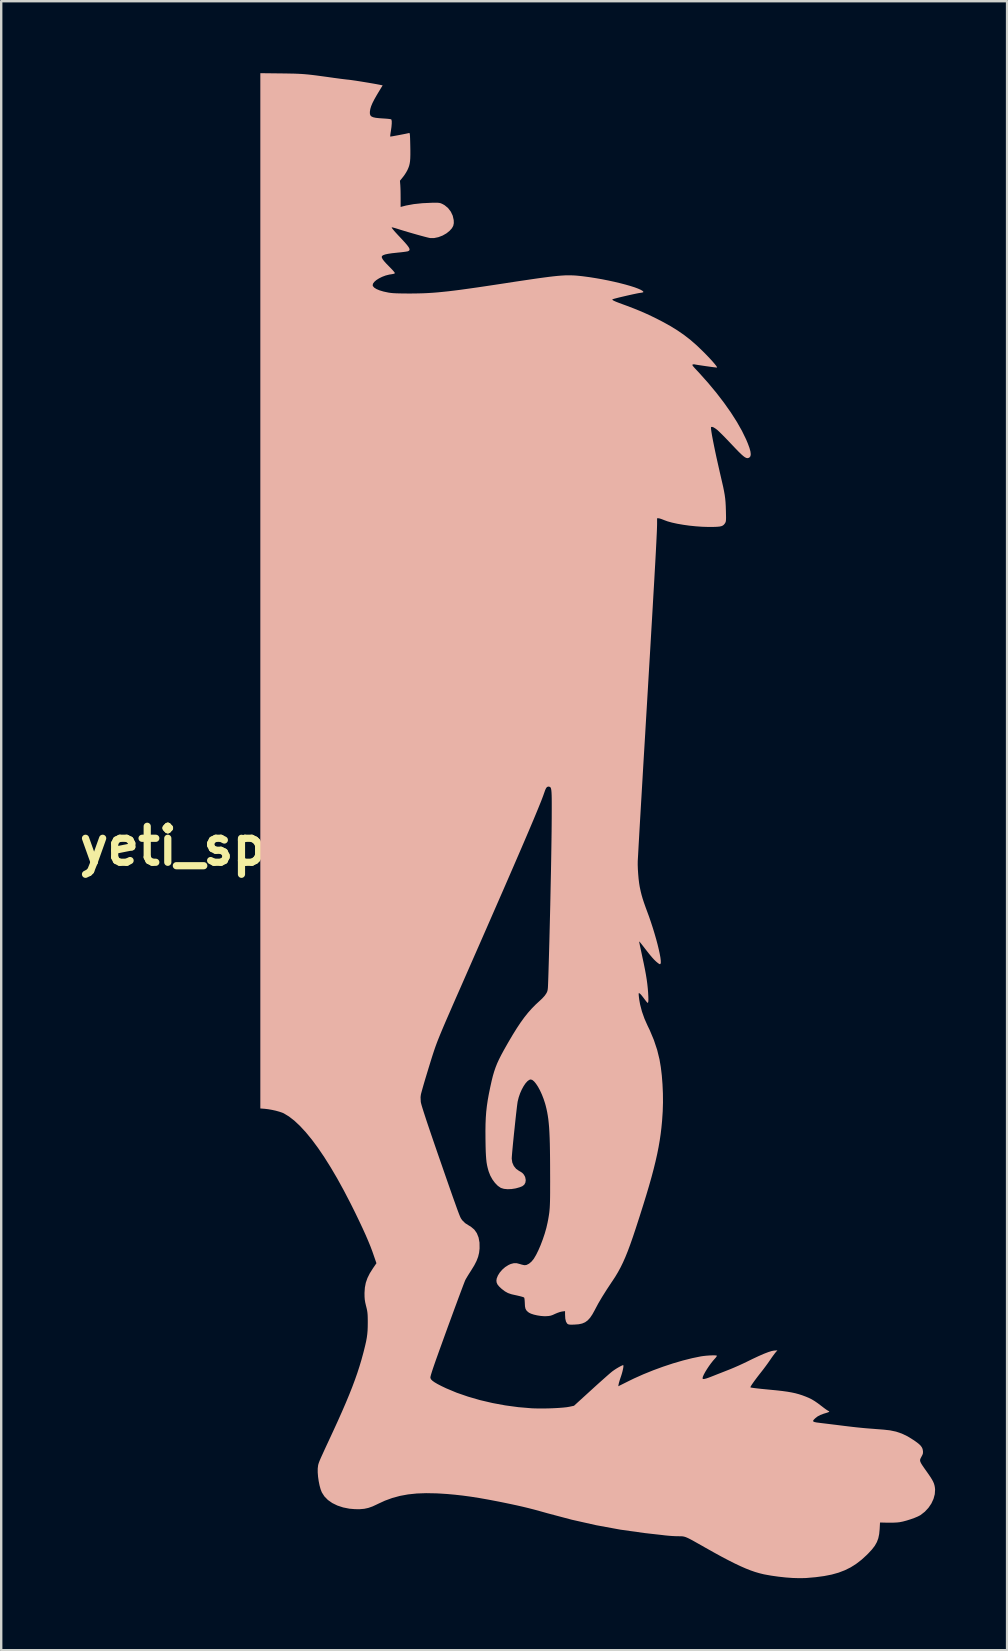
<source format=kicad_pcb>
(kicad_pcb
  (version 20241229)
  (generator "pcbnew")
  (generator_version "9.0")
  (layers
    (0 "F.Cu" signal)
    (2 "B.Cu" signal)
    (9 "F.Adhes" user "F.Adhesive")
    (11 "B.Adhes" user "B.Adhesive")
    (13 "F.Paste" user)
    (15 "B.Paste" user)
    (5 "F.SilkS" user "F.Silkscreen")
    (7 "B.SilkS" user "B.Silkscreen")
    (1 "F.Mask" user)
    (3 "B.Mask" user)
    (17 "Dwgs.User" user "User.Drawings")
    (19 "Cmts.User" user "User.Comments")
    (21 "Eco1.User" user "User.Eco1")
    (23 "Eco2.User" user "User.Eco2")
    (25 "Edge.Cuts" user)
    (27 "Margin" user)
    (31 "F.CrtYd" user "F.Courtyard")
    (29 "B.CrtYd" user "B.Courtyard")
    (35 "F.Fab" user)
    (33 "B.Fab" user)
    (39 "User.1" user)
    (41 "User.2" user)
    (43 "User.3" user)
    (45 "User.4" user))
  (footprint "yeti_split_left"
    (layer "F.Cu")
    (at 7.8 32.21)
    (property "Reference" "yeti_split_left" (at 0 0 0) (layer "F.SilkS") (effects (font (size 1.5 1.5) (thickness 0.3))))
    (attr board_only exclude_from_pos_files exclude_from_bom)
    (fp_poly (pts (xy 0 -10.636) (xy 0 10.939) (xy 0.193 10.954) (xy 0.333 10.971) (xy 0.489 10.998) (xy 0.647 11.033) (xy 0.793 11.074) (xy 0.915 11.115) (xy 0.977 11.142) (xy 1.193 11.273) (xy 1.419 11.448) (xy 1.653 11.668) (xy 1.895 11.93) (xy 2.145 12.234) (xy 2.401 12.579) (xy 2.663 12.964) (xy 2.93 13.389) (xy 3.202 13.851) (xy 3.477 14.351) (xy 3.756 14.887) (xy 3.954 15.284) (xy 4.119 15.627) (xy 4.263 15.933) (xy 4.388 16.208) (xy 4.495 16.457) (xy 4.588 16.683) (xy 4.667 16.892) (xy 4.71 17.015) (xy 4.839 17.389) (xy 4.698 17.595) (xy 4.563 17.808) (xy 4.464 18.007) (xy 4.396 18.202) (xy 4.357 18.404) (xy 4.342 18.624) (xy 4.342 18.652) (xy 4.344 18.789) (xy 4.353 18.906) (xy 4.372 19.023) (xy 4.404 19.162) (xy 4.409 19.179) (xy 4.434 19.281) (xy 4.452 19.367) (xy 4.464 19.449) (xy 4.472 19.538) (xy 4.476 19.645) (xy 4.478 19.782) (xy 4.478 19.869) (xy 4.476 20.043) (xy 4.47 20.199) (xy 4.457 20.346) (xy 4.437 20.494) (xy 4.408 20.652) (xy 4.367 20.831) (xy 4.315 21.041) (xy 4.289 21.141) (xy 4.214 21.415) (xy 4.132 21.688) (xy 4.042 21.966) (xy 3.941 22.253) (xy 3.829 22.553) (xy 3.703 22.87) (xy 3.562 23.209) (xy 3.404 23.574) (xy 3.228 23.969) (xy 3.031 24.399) (xy 2.941 24.593) (xy 2.828 24.836) (xy 2.733 25.04) (xy 2.655 25.21) (xy 2.591 25.35) (xy 2.54 25.462) (xy 2.5 25.552) (xy 2.47 25.624) (xy 2.448 25.68) (xy 2.432 25.726) (xy 2.42 25.764) (xy 2.411 25.8) (xy 2.407 25.822) (xy 2.392 25.949) (xy 2.392 26.108) (xy 2.406 26.285) (xy 2.432 26.47) (xy 2.468 26.648) (xy 2.512 26.809) (xy 2.563 26.939) (xy 2.564 26.941) (xy 2.671 27.108) (xy 2.817 27.257) (xy 2.998 27.384) (xy 3.211 27.488) (xy 3.45 27.567) (xy 3.711 27.619) (xy 3.942 27.639) (xy 4.15 27.64) (xy 4.332 27.624) (xy 4.502 27.587) (xy 4.675 27.526) (xy 4.867 27.437) (xy 4.888 27.426) (xy 5.191 27.286) (xy 5.5 27.173) (xy 5.82 27.086) (xy 6.158 27.024) (xy 6.519 26.986) (xy 6.908 26.972) (xy 7.333 26.98) (xy 7.456 26.986) (xy 7.781 27.007) (xy 8.104 27.036) (xy 8.433 27.073) (xy 8.774 27.119) (xy 9.135 27.176) (xy 9.523 27.245) (xy 9.946 27.326) (xy 10.147 27.367) (xy 10.441 27.428) (xy 10.701 27.484) (xy 10.938 27.538) (xy 11.166 27.593) (xy 11.397 27.652) (xy 11.642 27.719) (xy 11.914 27.795) (xy 11.952 27.806) (xy 12.981 28.079) (xy 13.999 28.308) (xy 15.006 28.493) (xy 16.003 28.633) (xy 16.255 28.662) (xy 16.409 28.679) (xy 16.576 28.698) (xy 16.738 28.716) (xy 16.874 28.733) (xy 16.875 28.733) (xy 17.019 28.747) (xy 17.18 28.759) (xy 17.333 28.766) (xy 17.413 28.767) (xy 17.486 28.768) (xy 17.548 28.769) (xy 17.604 28.773) (xy 17.659 28.783) (xy 17.717 28.8) (xy 17.783 28.826) (xy 17.863 28.863) (xy 17.961 28.914) (xy 18.083 28.981) (xy 18.232 29.065) (xy 18.415 29.168) (xy 18.535 29.237) (xy 18.892 29.437) (xy 19.214 29.614) (xy 19.505 29.767) (xy 19.768 29.9) (xy 20.007 30.013) (xy 20.225 30.109) (xy 20.427 30.189) (xy 20.617 30.255) (xy 20.797 30.308) (xy 20.972 30.351) (xy 21.015 30.36) (xy 21.299 30.411) (xy 21.597 30.453) (xy 21.897 30.486) (xy 22.189 30.507) (xy 22.462 30.515) (xy 22.704 30.511) (xy 22.757 30.508) (xy 23.148 30.474) (xy 23.498 30.427) (xy 23.814 30.365) (xy 24.1 30.285) (xy 24.361 30.185) (xy 24.604 30.065) (xy 24.833 29.92) (xy 25.054 29.75) (xy 25.271 29.552) (xy 25.342 29.481) (xy 25.495 29.315) (xy 25.612 29.162) (xy 25.697 29.011) (xy 25.756 28.852) (xy 25.793 28.675) (xy 25.813 28.469) (xy 25.814 28.452) (xy 25.827 28.195) (xy 26.146 28.203) (xy 26.283 28.203) (xy 26.421 28.2) (xy 26.545 28.193) (xy 26.638 28.183) (xy 26.64 28.183) (xy 26.78 28.155) (xy 26.937 28.113) (xy 27.1 28.062) (xy 27.257 28.006) (xy 27.394 27.949) (xy 27.5 27.895) (xy 27.519 27.883) (xy 27.695 27.746) (xy 27.846 27.584) (xy 27.968 27.404) (xy 28.057 27.211) (xy 28.11 27.015) (xy 28.123 26.82) (xy 28.113 26.724) (xy 28.097 26.644) (xy 28.074 26.568) (xy 28.04 26.489) (xy 27.991 26.399) (xy 27.924 26.292) (xy 27.834 26.16) (xy 27.758 26.052) (xy 27.66 25.914) (xy 27.587 25.807) (xy 27.537 25.725) (xy 27.508 25.662) (xy 27.497 25.611) (xy 27.501 25.565) (xy 27.52 25.517) (xy 27.549 25.462) (xy 27.552 25.457) (xy 27.595 25.376) (xy 27.616 25.313) (xy 27.619 25.248) (xy 27.616 25.21) (xy 27.601 25.129) (xy 27.567 25.056) (xy 27.511 24.982) (xy 27.426 24.904) (xy 27.307 24.815) (xy 27.218 24.754) (xy 26.974 24.603) (xy 26.738 24.49) (xy 26.498 24.408) (xy 26.241 24.354) (xy 25.973 24.324) (xy 25.722 24.305) (xy 25.508 24.288) (xy 25.324 24.274) (xy 25.161 24.26) (xy 25.009 24.245) (xy 24.86 24.23) (xy 24.706 24.213) (xy 24.537 24.193) (xy 24.345 24.17) (xy 24.122 24.142) (xy 23.997 24.126) (xy 23.838 24.107) (xy 23.678 24.087) (xy 23.53 24.069) (xy 23.405 24.054) (xy 23.325 24.044) (xy 23.191 24.027) (xy 23.101 24.009) (xy 23.051 23.988) (xy 23.037 23.96) (xy 23.058 23.921) (xy 23.108 23.869) (xy 23.133 23.846) (xy 23.226 23.774) (xy 23.337 23.715) (xy 23.476 23.662) (xy 23.573 23.633) (xy 23.663 23.604) (xy 23.707 23.58) (xy 23.708 23.559) (xy 23.67 23.541) (xy 23.635 23.521) (xy 23.571 23.479) (xy 23.489 23.419) (xy 23.397 23.348) (xy 23.388 23.342) (xy 23.236 23.226) (xy 23.105 23.136) (xy 22.984 23.063) (xy 22.859 23.001) (xy 22.734 22.949) (xy 22.588 22.894) (xy 22.445 22.848) (xy 22.298 22.808) (xy 22.139 22.774) (xy 21.961 22.743) (xy 21.758 22.715) (xy 21.521 22.688) (xy 21.284 22.665) (xy 21.038 22.641) (xy 20.837 22.621) (xy 20.678 22.603) (xy 20.559 22.588) (xy 20.479 22.576) (xy 20.435 22.566) (xy 20.425 22.561) (xy 20.432 22.536) (xy 20.464 22.48) (xy 20.519 22.398) (xy 20.593 22.294) (xy 20.682 22.174) (xy 20.783 22.042) (xy 20.865 21.938) (xy 20.96 21.816) (xy 21.062 21.68) (xy 21.159 21.547) (xy 21.238 21.433) (xy 21.24 21.431) (xy 21.31 21.328) (xy 21.379 21.232) (xy 21.438 21.153) (xy 21.476 21.106) (xy 21.551 21.02) (xy 21.412 21.03) (xy 21.309 21.049) (xy 21.168 21.094) (xy 20.989 21.163) (xy 20.771 21.258) (xy 20.517 21.377) (xy 20.277 21.495) (xy 20.122 21.569) (xy 19.942 21.652) (xy 19.755 21.734) (xy 19.581 21.807) (xy 19.517 21.832) (xy 19.362 21.893) (xy 19.195 21.959) (xy 19.033 22.022) (xy 18.89 22.079) (xy 18.827 22.104) (xy 18.683 22.159) (xy 18.577 22.195) (xy 18.503 22.213) (xy 18.458 22.215) (xy 18.435 22.201) (xy 18.431 22.178) (xy 18.445 22.118) (xy 18.484 22.029) (xy 18.543 21.92) (xy 18.617 21.799) (xy 18.7 21.674) (xy 18.787 21.554) (xy 18.874 21.445) (xy 18.929 21.383) (xy 18.984 21.321) (xy 19.019 21.271) (xy 19.029 21.244) (xy 19.028 21.242) (xy 18.994 21.233) (xy 18.923 21.228) (xy 18.826 21.229) (xy 18.711 21.234) (xy 18.588 21.243) (xy 18.468 21.256) (xy 18.363 21.271) (xy 18.002 21.345) (xy 17.612 21.443) (xy 17.204 21.562) (xy 16.787 21.7) (xy 16.37 21.853) (xy 15.963 22.018) (xy 15.576 22.191) (xy 15.371 22.291) (xy 14.919 22.517) (xy 14.934 22.427) (xy 14.949 22.365) (xy 14.975 22.275) (xy 15.009 22.17) (xy 15.029 22.114) (xy 15.064 22.005) (xy 15.094 21.896) (xy 15.117 21.795) (xy 15.131 21.712) (xy 15.133 21.656) (xy 15.123 21.634) (xy 15.123 21.634) (xy 15.084 21.647) (xy 15.016 21.68) (xy 14.93 21.727) (xy 14.836 21.783) (xy 14.745 21.843) (xy 14.676 21.892) (xy 14.624 21.934) (xy 14.542 22.003) (xy 14.436 22.096) (xy 14.309 22.209) (xy 14.166 22.336) (xy 14.012 22.474) (xy 13.852 22.62) (xy 13.796 22.671) (xy 13.073 23.33) (xy 12.881 23.371) (xy 12.768 23.39) (xy 12.617 23.406) (xy 12.437 23.42) (xy 12.237 23.431) (xy 12.026 23.439) (xy 11.813 23.443) (xy 11.606 23.443) (xy 11.415 23.439) (xy 11.298 23.434) (xy 10.756 23.388) (xy 10.213 23.315) (xy 9.678 23.216) (xy 9.157 23.094) (xy 8.656 22.949) (xy 8.182 22.785) (xy 7.743 22.601) (xy 7.55 22.509) (xy 7.386 22.424) (xy 7.262 22.351) (xy 7.174 22.288) (xy 7.118 22.232) (xy 7.091 22.179) (xy 7.087 22.148) (xy 7.094 22.106) (xy 7.115 22.028) (xy 7.148 21.921) (xy 7.189 21.794) (xy 7.237 21.653) (xy 7.249 21.618) (xy 7.31 21.443) (xy 7.381 21.245) (xy 7.459 21.026) (xy 7.544 20.792) (xy 7.633 20.545) (xy 7.725 20.291) (xy 7.819 20.032) (xy 7.914 19.774) (xy 8.007 19.52) (xy 8.097 19.274) (xy 8.184 19.04) (xy 8.264 18.823) (xy 8.338 18.625) (xy 8.403 18.452) (xy 8.457 18.308) (xy 8.5 18.196) (xy 8.53 18.12) (xy 8.545 18.086) (xy 8.58 18.023) (xy 8.634 17.932) (xy 8.701 17.824) (xy 8.774 17.71) (xy 8.791 17.683) (xy 8.917 17.478) (xy 9.011 17.294) (xy 9.077 17.122) (xy 9.118 16.951) (xy 9.138 16.773) (xy 9.138 16.77) (xy 9.135 16.529) (xy 9.096 16.317) (xy 9.023 16.135) (xy 8.915 15.984) (xy 8.773 15.865) (xy 8.696 15.82) (xy 8.539 15.72) (xy 8.414 15.597) (xy 8.362 15.521) (xy 8.347 15.493) (xy 8.328 15.452) (xy 8.304 15.395) (xy 8.275 15.321) (xy 8.239 15.226) (xy 8.196 15.109) (xy 8.145 14.966) (xy 8.084 14.796) (xy 8.012 14.595) (xy 7.93 14.361) (xy 7.836 14.092) (xy 7.729 13.785) (xy 7.608 13.437) (xy 7.539 13.238) (xy 7.389 12.806) (xy 7.255 12.417) (xy 7.136 12.07) (xy 7.032 11.763) (xy 6.942 11.496) (xy 6.867 11.267) (xy 6.805 11.076) (xy 6.756 10.92) (xy 6.72 10.8) (xy 6.697 10.713) (xy 6.687 10.666) (xy 6.678 10.468) (xy 6.689 10.377) (xy 6.7 10.323) (xy 6.725 10.23) (xy 6.76 10.104) (xy 6.804 9.949) (xy 6.856 9.771) (xy 6.915 9.575) (xy 6.978 9.368) (xy 7.018 9.236) (xy 7.066 9.081) (xy 7.109 8.941) (xy 7.149 8.813) (xy 7.187 8.694) (xy 7.224 8.581) (xy 7.261 8.471) (xy 7.299 8.361) (xy 7.34 8.249) (xy 7.385 8.13) (xy 7.436 8.003) (xy 7.492 7.864) (xy 7.556 7.71) (xy 7.628 7.539) (xy 7.71 7.347) (xy 7.803 7.132) (xy 7.909 6.89) (xy 8.027 6.618) (xy 8.16 6.314) (xy 8.31 5.974) (xy 8.476 5.596) (xy 8.566 5.391) (xy 8.876 4.684) (xy 9.168 4.019) (xy 9.442 3.394) (xy 9.698 2.808) (xy 9.937 2.261) (xy 10.16 1.751) (xy 10.366 1.277) (xy 10.557 0.837) (xy 10.732 0.432) (xy 10.893 0.06) (xy 11.039 -0.281) (xy 11.172 -0.592) (xy 11.291 -0.873) (xy 11.398 -1.126) (xy 11.492 -1.352) (xy 11.574 -1.551) (xy 11.645 -1.726) (xy 11.706 -1.877) (xy 11.755 -2.005) (xy 11.795 -2.112) (xy 11.825 -2.198) (xy 11.833 -2.22) (xy 11.875 -2.338) (xy 11.912 -2.415) (xy 11.95 -2.459) (xy 11.992 -2.475) (xy 12.017 -2.475) (xy 12.046 -2.47) (xy 12.071 -2.462) (xy 12.091 -2.445) (xy 12.108 -2.417) (xy 12.12 -2.373) (xy 12.13 -2.311) (xy 12.137 -2.225) (xy 12.142 -2.112) (xy 12.145 -1.969) (xy 12.146 -1.792) (xy 12.146 -1.577) (xy 12.145 -1.32) (xy 12.145 -1.228) (xy 12.143 -0.941) (xy 12.14 -0.613) (xy 12.135 -0.247) (xy 12.129 0.15) (xy 12.122 0.576) (xy 12.114 1.024) (xy 12.104 1.489) (xy 12.094 1.968) (xy 12.084 2.455) (xy 12.072 2.945) (xy 12.06 3.434) (xy 12.048 3.917) (xy 12.035 4.388) (xy 12.022 4.844) (xy 12.009 5.279) (xy 12.002 5.496) (xy 11.996 5.666) (xy 11.991 5.797) (xy 11.986 5.895) (xy 11.979 5.967) (xy 11.97 6.02) (xy 11.958 6.062) (xy 11.942 6.1) (xy 11.92 6.14) (xy 11.917 6.147) (xy 11.85 6.243) (xy 11.747 6.356) (xy 11.649 6.448) (xy 11.475 6.608) (xy 11.312 6.774) (xy 11.156 6.95) (xy 11.002 7.143) (xy 10.847 7.357) (xy 10.687 7.598) (xy 10.518 7.87) (xy 10.336 8.179) (xy 10.292 8.256) (xy 10.156 8.496) (xy 10.043 8.704) (xy 9.949 8.89) (xy 9.87 9.062) (xy 9.804 9.229) (xy 9.746 9.398) (xy 9.693 9.579) (xy 9.643 9.779) (xy 9.592 10.008) (xy 9.581 10.059) (xy 9.524 10.337) (xy 9.478 10.592) (xy 9.442 10.836) (xy 9.415 11.076) (xy 9.397 11.323) (xy 9.386 11.586) (xy 9.382 11.875) (xy 9.384 12.198) (xy 9.385 12.285) (xy 9.389 12.531) (xy 9.395 12.737) (xy 9.404 12.909) (xy 9.415 13.055) (xy 9.429 13.182) (xy 9.448 13.295) (xy 9.472 13.403) (xy 9.501 13.511) (xy 9.518 13.567) (xy 9.585 13.738) (xy 9.675 13.9) (xy 9.782 14.045) (xy 9.898 14.163) (xy 10.017 14.245) (xy 10.034 14.253) (xy 10.154 14.289) (xy 10.304 14.304) (xy 10.471 14.297) (xy 10.644 14.27) (xy 10.81 14.223) (xy 10.918 14.18) (xy 10.998 14.118) (xy 11.047 14.03) (xy 11.062 13.924) (xy 11.041 13.81) (xy 11.019 13.757) (xy 10.969 13.677) (xy 10.909 13.617) (xy 10.823 13.562) (xy 10.79 13.546) (xy 10.662 13.456) (xy 10.564 13.335) (xy 10.501 13.191) (xy 10.478 13.031) (xy 10.478 13.026) (xy 10.481 12.969) (xy 10.488 12.873) (xy 10.499 12.741) (xy 10.514 12.582) (xy 10.531 12.399) (xy 10.551 12.201) (xy 10.572 11.991) (xy 10.595 11.778) (xy 10.617 11.566) (xy 10.639 11.361) (xy 10.66 11.17) (xy 10.68 10.999) (xy 10.697 10.853) (xy 10.712 10.739) (xy 10.723 10.662) (xy 10.727 10.642) (xy 10.77 10.471) (xy 10.828 10.304) (xy 10.897 10.148) (xy 10.974 10.007) (xy 11.054 9.889) (xy 11.135 9.8) (xy 11.212 9.745) (xy 11.27 9.73) (xy 11.336 9.751) (xy 11.411 9.813) (xy 11.491 9.91) (xy 11.574 10.036) (xy 11.656 10.187) (xy 11.734 10.356) (xy 11.806 10.54) (xy 11.869 10.732) (xy 11.893 10.819) (xy 11.926 10.954) (xy 11.955 11.09) (xy 11.98 11.232) (xy 12.002 11.382) (xy 12.02 11.546) (xy 12.036 11.726) (xy 12.048 11.927) (xy 12.058 12.152) (xy 12.066 12.405) (xy 12.071 12.691) (xy 12.075 13.013) (xy 12.077 13.375) (xy 12.078 13.682) (xy 12.079 13.983) (xy 12.078 14.241) (xy 12.078 14.463) (xy 12.076 14.652) (xy 12.073 14.814) (xy 12.068 14.952) (xy 12.062 15.073) (xy 12.053 15.181) (xy 12.043 15.281) (xy 12.029 15.377) (xy 12.013 15.474) (xy 11.995 15.578) (xy 11.972 15.692) (xy 11.972 15.694) (xy 11.921 15.917) (xy 11.853 16.155) (xy 11.772 16.396) (xy 11.683 16.631) (xy 11.589 16.849) (xy 11.493 17.043) (xy 11.4 17.2) (xy 11.393 17.21) (xy 11.301 17.322) (xy 11.2 17.407) (xy 11.098 17.459) (xy 11.025 17.471) (xy 10.966 17.463) (xy 10.883 17.443) (xy 10.816 17.422) (xy 10.685 17.388) (xy 10.563 17.388) (xy 10.436 17.421) (xy 10.344 17.463) (xy 10.21 17.546) (xy 10.087 17.653) (xy 9.981 17.775) (xy 9.901 17.903) (xy 9.851 18.028) (xy 9.839 18.117) (xy 9.85 18.197) (xy 9.885 18.275) (xy 9.951 18.357) (xy 10.052 18.452) (xy 10.064 18.462) (xy 10.195 18.562) (xy 10.322 18.632) (xy 10.464 18.681) (xy 10.537 18.698) (xy 10.705 18.735) (xy 10.831 18.765) (xy 10.919 18.789) (xy 10.973 18.808) (xy 10.996 18.821) (xy 11.006 18.853) (xy 11.015 18.92) (xy 11.021 19.01) (xy 11.023 19.056) (xy 11.03 19.185) (xy 11.049 19.278) (xy 11.085 19.349) (xy 11.143 19.409) (xy 11.197 19.45) (xy 11.282 19.492) (xy 11.401 19.531) (xy 11.541 19.563) (xy 11.688 19.586) (xy 11.83 19.597) (xy 11.907 19.596) (xy 12.018 19.589) (xy 12.105 19.573) (xy 12.189 19.544) (xy 12.279 19.502) (xy 12.38 19.459) (xy 12.483 19.423) (xy 12.569 19.402) (xy 12.577 19.401) (xy 12.7 19.385) (xy 12.701 19.533) (xy 12.71 19.698) (xy 12.739 19.821) (xy 12.785 19.9) (xy 12.798 19.912) (xy 12.828 19.932) (xy 12.867 19.943) (xy 12.925 19.949) (xy 13.012 19.949) (xy 13.097 19.946) (xy 13.269 19.933) (xy 13.412 19.902) (xy 13.535 19.85) (xy 13.643 19.772) (xy 13.743 19.663) (xy 13.841 19.518) (xy 13.943 19.334) (xy 13.954 19.311) (xy 14.086 19.064) (xy 14.245 18.794) (xy 14.431 18.498) (xy 14.647 18.171) (xy 14.674 18.132) (xy 14.794 17.949) (xy 14.906 17.762) (xy 15.011 17.569) (xy 15.113 17.361) (xy 15.213 17.136) (xy 15.314 16.886) (xy 15.418 16.607) (xy 15.528 16.293) (xy 15.646 15.939) (xy 15.808 15.438) (xy 15.954 14.977) (xy 16.085 14.552) (xy 16.202 14.159) (xy 16.305 13.795) (xy 16.395 13.455) (xy 16.473 13.137) (xy 16.541 12.835) (xy 16.598 12.548) (xy 16.646 12.27) (xy 16.686 11.998) (xy 16.718 11.728) (xy 16.744 11.457) (xy 16.763 11.18) (xy 16.771 11.055) (xy 16.782 10.691) (xy 16.779 10.313) (xy 16.762 9.933) (xy 16.733 9.563) (xy 16.691 9.215) (xy 16.638 8.901) (xy 16.638 8.899) (xy 16.539 8.496) (xy 16.401 8.083) (xy 16.228 7.67) (xy 16.139 7.487) (xy 16.012 7.201) (xy 15.906 6.901) (xy 15.828 6.603) (xy 15.796 6.426) (xy 15.781 6.318) (xy 15.772 6.227) (xy 15.768 6.163) (xy 15.771 6.137) (xy 15.794 6.134) (xy 15.832 6.162) (xy 15.888 6.222) (xy 15.964 6.319) (xy 15.99 6.354) (xy 16.048 6.431) (xy 16.096 6.492) (xy 16.129 6.529) (xy 16.135 6.535) (xy 16.156 6.532) (xy 16.169 6.492) (xy 16.174 6.412) (xy 16.172 6.29) (xy 16.163 6.124) (xy 16.162 6.101) (xy 16.147 5.923) (xy 16.128 5.746) (xy 16.103 5.562) (xy 16.071 5.363) (xy 16.03 5.142) (xy 15.979 4.889) (xy 15.926 4.644) (xy 15.893 4.487) (xy 15.862 4.343) (xy 15.835 4.217) (xy 15.814 4.118) (xy 15.801 4.053) (xy 15.797 4.035) (xy 15.79 3.987) (xy 15.797 3.981) (xy 15.826 4.013) (xy 15.827 4.014) (xy 15.856 4.049) (xy 15.907 4.114) (xy 15.974 4.2) (xy 16.05 4.299) (xy 16.083 4.341) (xy 16.21 4.503) (xy 16.317 4.631) (xy 16.409 4.733) (xy 16.494 4.815) (xy 16.572 4.879) (xy 16.626 4.917) (xy 16.658 4.926) (xy 16.679 4.911) (xy 16.679 4.91) (xy 16.692 4.859) (xy 16.689 4.769) (xy 16.674 4.644) (xy 16.645 4.488) (xy 16.606 4.308) (xy 16.557 4.106) (xy 16.499 3.888) (xy 16.433 3.659) (xy 16.361 3.422) (xy 16.283 3.183) (xy 16.202 2.946) (xy 16.134 2.762) (xy 16.053 2.542) (xy 15.987 2.355) (xy 15.934 2.192) (xy 15.891 2.043) (xy 15.855 1.899) (xy 15.823 1.751) (xy 15.812 1.698) (xy 15.787 1.544) (xy 15.765 1.361) (xy 15.748 1.164) (xy 15.735 0.968) (xy 15.729 0.786) (xy 15.73 0.634) (xy 15.731 0.608) (xy 15.745 0.369) (xy 15.758 0.133) (xy 15.771 -0.105) (xy 15.785 -0.347) (xy 15.799 -0.597) (xy 15.814 -0.856) (xy 15.83 -1.129) (xy 15.847 -1.419) (xy 15.865 -1.728) (xy 15.885 -2.06) (xy 15.906 -2.418) (xy 15.929 -2.804) (xy 15.953 -3.223) (xy 15.98 -3.676) (xy 16.01 -4.168) (xy 16.042 -4.701) (xy 16.068 -5.145) (xy 16.113 -5.894) (xy 16.155 -6.597) (xy 16.194 -7.257) (xy 16.231 -7.873) (xy 16.265 -8.449) (xy 16.296 -8.985) (xy 16.326 -9.483) (xy 16.353 -9.944) (xy 16.377 -10.369) (xy 16.4 -10.76) (xy 16.421 -11.118) (xy 16.439 -11.445) (xy 16.456 -11.742) (xy 16.471 -12.01) (xy 16.484 -12.252) (xy 16.495 -12.467) (xy 16.505 -12.658) (xy 16.513 -12.826) (xy 16.52 -12.973) (xy 16.526 -13.099) (xy 16.53 -13.207) (xy 16.533 -13.297) (xy 16.535 -13.371) (xy 16.536 -13.43) (xy 16.536 -13.45) (xy 16.536 -13.659) (xy 16.596 -13.659) (xy 16.646 -13.65) (xy 16.723 -13.625) (xy 16.812 -13.591) (xy 16.824 -13.585) (xy 16.974 -13.53) (xy 17.163 -13.478) (xy 17.382 -13.43) (xy 17.625 -13.388) (xy 17.882 -13.352) (xy 18.146 -13.325) (xy 18.409 -13.306) (xy 18.663 -13.298) (xy 18.711 -13.298) (xy 18.891 -13.299) (xy 19.031 -13.304) (xy 19.138 -13.314) (xy 19.217 -13.331) (xy 19.276 -13.357) (xy 19.321 -13.393) (xy 19.359 -13.44) (xy 19.367 -13.453) (xy 19.384 -13.482) (xy 19.396 -13.513) (xy 19.404 -13.553) (xy 19.408 -13.609) (xy 19.41 -13.689) (xy 19.408 -13.799) (xy 19.405 -13.948) (xy 19.404 -13.986) (xy 19.398 -14.169) (xy 19.389 -14.33) (xy 19.375 -14.48) (xy 19.355 -14.628) (xy 19.327 -14.787) (xy 19.291 -14.966) (xy 19.243 -15.176) (xy 19.226 -15.249) (xy 19.149 -15.582) (xy 19.078 -15.897) (xy 19.012 -16.191) (xy 18.954 -16.462) (xy 18.904 -16.706) (xy 18.861 -16.921) (xy 18.827 -17.104) (xy 18.802 -17.252) (xy 18.787 -17.363) (xy 18.782 -17.434) (xy 18.786 -17.461) (xy 18.827 -17.47) (xy 18.894 -17.446) (xy 18.982 -17.39) (xy 19.054 -17.334) (xy 19.106 -17.286) (xy 19.184 -17.21) (xy 19.283 -17.112) (xy 19.397 -16.996) (xy 19.519 -16.868) (xy 19.646 -16.735) (xy 19.652 -16.728) (xy 19.808 -16.564) (xy 19.937 -16.431) (xy 20.042 -16.329) (xy 20.127 -16.254) (xy 20.196 -16.203) (xy 20.253 -16.175) (xy 20.3 -16.165) (xy 20.342 -16.172) (xy 20.383 -16.193) (xy 20.39 -16.198) (xy 20.428 -16.249) (xy 20.44 -16.33) (xy 20.427 -16.444) (xy 20.386 -16.592) (xy 20.319 -16.774) (xy 20.246 -16.948) (xy 20.072 -17.305) (xy 19.859 -17.68) (xy 19.61 -18.07) (xy 19.327 -18.471) (xy 19.014 -18.879) (xy 18.672 -19.291) (xy 18.305 -19.703) (xy 18.196 -19.82) (xy 18.108 -19.914) (xy 18.05 -19.98) (xy 18.017 -20.023) (xy 18.006 -20.05) (xy 18.013 -20.064) (xy 18.022 -20.068) (xy 18.071 -20.078) (xy 18.091 -20.075) (xy 18.124 -20.068) (xy 18.194 -20.056) (xy 18.29 -20.041) (xy 18.405 -20.024) (xy 18.532 -20.005) (xy 18.66 -19.987) (xy 18.781 -19.97) (xy 18.888 -19.956) (xy 18.971 -19.946) (xy 19.023 -19.941) (xy 19.036 -19.941) (xy 19.03 -19.966) (xy 18.994 -20.02) (xy 18.93 -20.1) (xy 18.843 -20.201) (xy 18.735 -20.319) (xy 18.609 -20.452) (xy 18.468 -20.594) (xy 18.456 -20.607) (xy 18.192 -20.861) (xy 17.932 -21.088) (xy 17.667 -21.294) (xy 17.388 -21.487) (xy 17.086 -21.673) (xy 16.753 -21.857) (xy 16.547 -21.963) (xy 16.298 -22.086) (xy 16.061 -22.196) (xy 15.822 -22.3) (xy 15.571 -22.402) (xy 15.294 -22.508) (xy 15.109 -22.576) (xy 14.944 -22.637) (xy 14.821 -22.685) (xy 14.737 -22.723) (xy 14.688 -22.752) (xy 14.67 -22.773) (xy 14.682 -22.788) (xy 14.69 -22.791) (xy 14.747 -22.808) (xy 14.841 -22.833) (xy 14.962 -22.864) (xy 15.102 -22.897) (xy 15.251 -22.932) (xy 15.401 -22.966) (xy 15.542 -22.997) (xy 15.665 -23.023) (xy 15.761 -23.042) (xy 15.822 -23.052) (xy 15.824 -23.052) (xy 15.911 -23.065) (xy 15.959 -23.081) (xy 15.968 -23.094) (xy 15.933 -23.135) (xy 15.856 -23.181) (xy 15.741 -23.232) (xy 15.593 -23.287) (xy 15.416 -23.343) (xy 15.214 -23.401) (xy 14.992 -23.458) (xy 14.754 -23.515) (xy 14.505 -23.569) (xy 14.247 -23.62) (xy 13.987 -23.666) (xy 13.728 -23.707) (xy 13.475 -23.741) (xy 13.402 -23.75) (xy 13.281 -23.763) (xy 13.166 -23.774) (xy 13.054 -23.781) (xy 12.94 -23.785) (xy 12.823 -23.786) (xy 12.698 -23.783) (xy 12.562 -23.775) (xy 12.411 -23.763) (xy 12.242 -23.746) (xy 12.052 -23.724) (xy 11.837 -23.696) (xy 11.593 -23.663) (xy 11.317 -23.623) (xy 11.006 -23.577) (xy 10.656 -23.525) (xy 10.264 -23.465) (xy 10.209 -23.456) (xy 9.761 -23.388) (xy 9.355 -23.327) (xy 8.988 -23.273) (xy 8.655 -23.226) (xy 8.354 -23.184) (xy 8.08 -23.149) (xy 7.829 -23.119) (xy 7.599 -23.095) (xy 7.384 -23.074) (xy 7.182 -23.058) (xy 6.988 -23.046) (xy 6.799 -23.037) (xy 6.611 -23.032) (xy 6.42 -23.028) (xy 6.223 -23.027) (xy 6.21 -23.027) (xy 5.992 -23.028) (xy 5.814 -23.031) (xy 5.669 -23.035) (xy 5.55 -23.041) (xy 5.45 -23.05) (xy 5.362 -23.062) (xy 5.328 -23.068) (xy 5.135 -23.109) (xy 4.971 -23.158) (xy 4.84 -23.213) (xy 4.746 -23.273) (xy 4.693 -23.335) (xy 4.682 -23.369) (xy 4.696 -23.438) (xy 4.75 -23.512) (xy 4.836 -23.587) (xy 4.947 -23.658) (xy 5.078 -23.723) (xy 5.221 -23.777) (xy 5.37 -23.815) (xy 5.471 -23.831) (xy 5.546 -23.844) (xy 5.596 -23.863) (xy 5.608 -23.875) (xy 5.596 -23.902) (xy 5.555 -23.954) (xy 5.492 -24.025) (xy 5.412 -24.108) (xy 5.376 -24.145) (xy 5.248 -24.275) (xy 5.155 -24.38) (xy 5.094 -24.462) (xy 5.064 -24.525) (xy 5.063 -24.571) (xy 5.074 -24.592) (xy 5.121 -24.625) (xy 5.203 -24.655) (xy 5.324 -24.681) (xy 5.487 -24.706) (xy 5.694 -24.728) (xy 5.719 -24.731) (xy 5.851 -24.744) (xy 5.971 -24.758) (xy 6.07 -24.772) (xy 6.137 -24.784) (xy 6.157 -24.79) (xy 6.199 -24.813) (xy 6.219 -24.845) (xy 6.216 -24.889) (xy 6.187 -24.949) (xy 6.13 -25.029) (xy 6.043 -25.132) (xy 5.925 -25.262) (xy 5.869 -25.323) (xy 5.731 -25.469) (xy 5.625 -25.585) (xy 5.549 -25.673) (xy 5.5 -25.734) (xy 5.477 -25.771) (xy 5.477 -25.786) (xy 5.502 -25.783) (xy 5.561 -25.769) (xy 5.644 -25.745) (xy 5.699 -25.728) (xy 5.842 -25.683) (xy 6.003 -25.634) (xy 6.174 -25.583) (xy 6.349 -25.532) (xy 6.521 -25.483) (xy 6.683 -25.438) (xy 6.827 -25.399) (xy 6.947 -25.368) (xy 7.035 -25.347) (xy 7.083 -25.338) (xy 7.246 -25.339) (xy 7.42 -25.375) (xy 7.596 -25.442) (xy 7.759 -25.535) (xy 7.89 -25.641) (xy 7.985 -25.747) (xy 8.041 -25.849) (xy 8.064 -25.96) (xy 8.06 -26.086) (xy 8.019 -26.27) (xy 7.938 -26.44) (xy 7.824 -26.589) (xy 7.681 -26.707) (xy 7.605 -26.75) (xy 7.55 -26.776) (xy 7.502 -26.794) (xy 7.452 -26.804) (xy 7.387 -26.81) (xy 7.299 -26.811) (xy 7.176 -26.81) (xy 7.145 -26.809) (xy 6.754 -26.791) (xy 6.396 -26.753) (xy 6.074 -26.694) (xy 5.9 -26.649) (xy 5.847 -26.634) (xy 5.847 -27.008) (xy 5.846 -27.152) (xy 5.844 -27.295) (xy 5.84 -27.424) (xy 5.835 -27.525) (xy 5.833 -27.554) (xy 5.819 -27.727) (xy 5.942 -27.879) (xy 6.012 -27.973) (xy 6.079 -28.077) (xy 6.13 -28.169) (xy 6.132 -28.174) (xy 6.171 -28.263) (xy 6.202 -28.349) (xy 6.224 -28.44) (xy 6.24 -28.541) (xy 6.249 -28.662) (xy 6.253 -28.808) (xy 6.253 -28.987) (xy 6.25 -29.173) (xy 6.246 -29.349) (xy 6.242 -29.483) (xy 6.238 -29.582) (xy 6.232 -29.649) (xy 6.226 -29.691) (xy 6.217 -29.712) (xy 6.207 -29.718) (xy 6.2 -29.717) (xy 6.152 -29.705) (xy 6.073 -29.688) (xy 5.972 -29.668) (xy 5.858 -29.646) (xy 5.741 -29.623) (xy 5.629 -29.603) (xy 5.532 -29.585) (xy 5.459 -29.573) (xy 5.418 -29.568) (xy 5.413 -29.568) (xy 5.413 -29.593) (xy 5.419 -29.654) (xy 5.431 -29.739) (xy 5.439 -29.786) (xy 5.465 -29.966) (xy 5.477 -30.108) (xy 5.477 -30.211) (xy 5.464 -30.272) (xy 5.452 -30.286) (xy 5.418 -30.295) (xy 5.346 -30.305) (xy 5.249 -30.314) (xy 5.134 -30.322) (xy 5.125 -30.322) (xy 4.944 -30.335) (xy 4.804 -30.351) (xy 4.702 -30.374) (xy 4.631 -30.406) (xy 4.588 -30.45) (xy 4.568 -30.508) (xy 4.565 -30.583) (xy 4.567 -30.613) (xy 4.584 -30.718) (xy 4.618 -30.832) (xy 4.672 -30.962) (xy 4.749 -31.114) (xy 4.851 -31.294) (xy 4.9 -31.376) (xy 5.098 -31.703) (xy 4.952 -31.731) (xy 4.817 -31.757) (xy 4.659 -31.785) (xy 4.488 -31.814) (xy 4.312 -31.843) (xy 4.14 -31.871) (xy 3.981 -31.896) (xy 3.843 -31.916) (xy 3.734 -31.931) (xy 3.672 -31.938) (xy 3.594 -31.946) (xy 3.479 -31.96) (xy 3.34 -31.977) (xy 3.186 -31.998) (xy 3.028 -32.019) (xy 3.017 -32.021) (xy 2.747 -32.059) (xy 2.516 -32.09) (xy 2.318 -32.117) (xy 2.145 -32.138) (xy 1.991 -32.155) (xy 1.848 -32.168) (xy 1.709 -32.178) (xy 1.568 -32.185) (xy 1.418 -32.191) (xy 1.251 -32.194) (xy 1.06 -32.198) (xy 0.871 -32.2) (xy 0 -32.21)) (stroke (width 0) (type solid)) (fill yes) (layer "B.SilkS")))
  (gr_rect
    (start -3 -3)
    (end 38.923 65.726)
    (stroke (width 0.1) (type default))
    (fill no)
    (layer "Edge.Cuts")))
</source>
